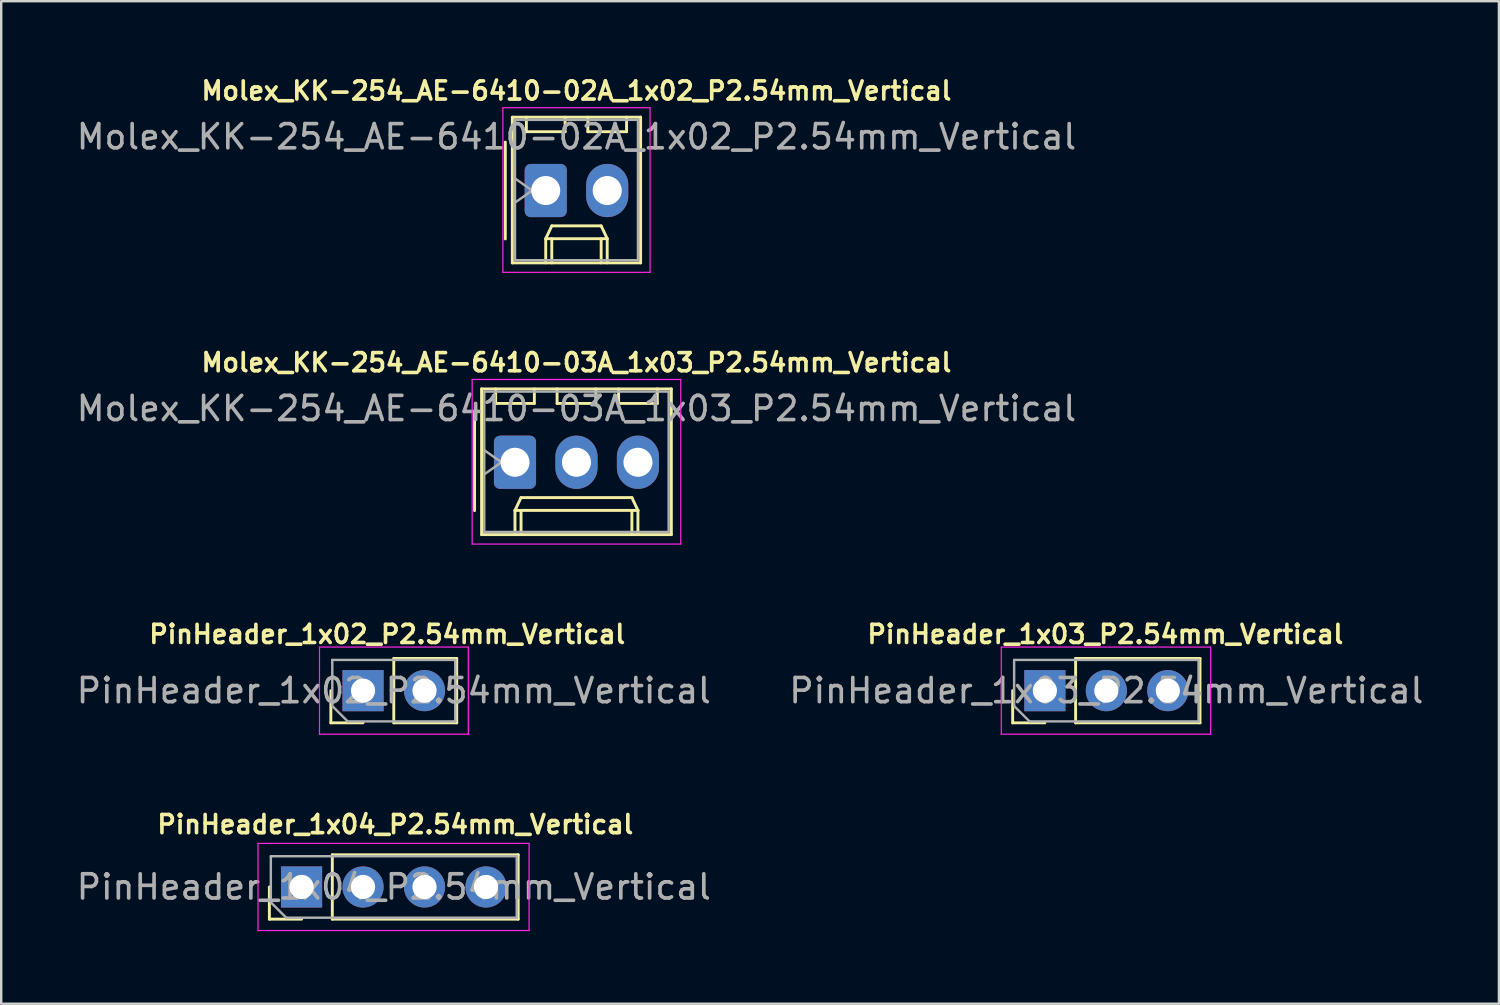
<source format=kicad_pcb>
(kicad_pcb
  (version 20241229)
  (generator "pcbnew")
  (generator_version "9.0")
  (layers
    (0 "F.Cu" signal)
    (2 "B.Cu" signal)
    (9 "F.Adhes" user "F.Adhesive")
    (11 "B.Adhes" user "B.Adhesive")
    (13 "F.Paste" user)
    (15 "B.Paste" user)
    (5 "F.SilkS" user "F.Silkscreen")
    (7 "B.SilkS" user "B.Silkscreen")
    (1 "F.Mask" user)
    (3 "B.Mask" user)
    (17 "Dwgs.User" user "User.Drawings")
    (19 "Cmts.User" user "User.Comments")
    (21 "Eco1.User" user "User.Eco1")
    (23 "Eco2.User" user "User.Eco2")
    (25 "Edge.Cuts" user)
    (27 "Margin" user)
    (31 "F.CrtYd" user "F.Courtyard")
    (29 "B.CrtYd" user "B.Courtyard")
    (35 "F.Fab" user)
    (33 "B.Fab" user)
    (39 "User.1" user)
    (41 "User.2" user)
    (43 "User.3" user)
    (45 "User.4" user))
  (footprint "PinHeader_1x02_P2.54mm_Vertical"
    (layer "F.Cu")
    (at 12.95 25.486)
    (property "Reference" "PinHeader_1x02_P2.54mm_Vertical" (at 0 -2.33 0) (layer "F.SilkS") (effects (font (size 0.75 0.75) (thickness 0.15))))
    (attr through_hole)
    (fp_line (start -2.33 1.33) (end -2.33 0) (stroke (width 0.12) (type solid)) (layer "F.SilkS"))
    (fp_line (start -1 1.33) (end -2.33 1.33) (stroke (width 0.12) (type solid)) (layer "F.SilkS"))
    (fp_line (start 0.27 -1.33) (end 2.87 -1.33) (stroke (width 0.12) (type solid)) (layer "F.SilkS"))
    (fp_line (start 0.27 1.33) (end 0.27 -1.33) (stroke (width 0.12) (type solid)) (layer "F.SilkS"))
    (fp_line (start 0.27 1.33) (end 2.87 1.33) (stroke (width 0.12) (type solid)) (layer "F.SilkS"))
    (fp_line (start 2.87 1.33) (end 2.87 -1.33) (stroke (width 0.12) (type solid)) (layer "F.SilkS"))
    (fp_line (start -2.8 -1.8) (end -2.8 1.8) (stroke (width 0.05) (type solid)) (layer "F.CrtYd"))
    (fp_line (start -2.8 1.8) (end 3.35 1.8) (stroke (width 0.05) (type solid)) (layer "F.CrtYd"))
    (fp_line (start 3.35 -1.8) (end -2.8 -1.8) (stroke (width 0.05) (type solid)) (layer "F.CrtYd"))
    (fp_line (start 3.35 1.8) (end 3.35 -1.8) (stroke (width 0.05) (type solid)) (layer "F.CrtYd"))
    (fp_line (start -2.27 -1.27) (end 2.81 -1.27) (stroke (width 0.1) (type solid)) (layer "F.Fab"))
    (fp_line (start -2.27 0.635) (end -2.27 -1.27) (stroke (width 0.1) (type solid)) (layer "F.Fab"))
    (fp_line (start -1.635 1.27) (end -2.27 0.635) (stroke (width 0.1) (type solid)) (layer "F.Fab"))
    (fp_line (start 2.81 -1.27) (end 2.81 1.27) (stroke (width 0.1) (type solid)) (layer "F.Fab"))
    (fp_line (start 2.81 1.27) (end -1.635 1.27) (stroke (width 0.1) (type solid)) (layer "F.Fab"))
    (fp_text user "${REFERENCE}" (at 0.27 0 180) (layer "F.Fab") (effects (font (size 1 1) (thickness 0.15))))
    (pad "1" thru_hole rect (at -1 0 90) (size 1.7 1.7) (drill 1) (layers "*.Cu" "*.Mask"))
    (pad "2" thru_hole oval (at 1.54 0 90) (size 1.7 1.7) (drill 1) (layers "*.Cu" "*.Mask")))
  (footprint "Molex_KK-254_AE-6410-02A_1x02_P2.54mm_Vertical"
    (layer "F.Cu")
    (at 19.498 4.822)
    (property "Reference" "Molex_KK-254_AE-6410-02A_1x02_P2.54mm_Vertical" (at 1.27 -4.12 0) (layer "F.SilkS") (effects (font (size 0.75 0.75) (thickness 0.15))))
    (attr through_hole)
    (fp_line (start -1.67 -2) (end -1.67 2) (stroke (width 0.12) (type solid)) (layer "F.SilkS"))
    (fp_line (start -1.38 -3.03) (end -1.38 2.99) (stroke (width 0.12) (type solid)) (layer "F.SilkS"))
    (fp_line (start -1.38 2.99) (end 3.92 2.99) (stroke (width 0.12) (type solid)) (layer "F.SilkS"))
    (fp_line (start -0.8 -3.03) (end -0.8 -2.43) (stroke (width 0.12) (type solid)) (layer "F.SilkS"))
    (fp_line (start -0.8 -2.43) (end 0.8 -2.43) (stroke (width 0.12) (type solid)) (layer "F.SilkS"))
    (fp_line (start 0 1.99) (end 0.25 1.46) (stroke (width 0.12) (type solid)) (layer "F.SilkS"))
    (fp_line (start 0 1.99) (end 2.54 1.99) (stroke (width 0.12) (type solid)) (layer "F.SilkS"))
    (fp_line (start 0 2.99) (end 0 1.99) (stroke (width 0.12) (type solid)) (layer "F.SilkS"))
    (fp_line (start 0.25 1.46) (end 2.29 1.46) (stroke (width 0.12) (type solid)) (layer "F.SilkS"))
    (fp_line (start 0.25 2.99) (end 0.25 1.99) (stroke (width 0.12) (type solid)) (layer "F.SilkS"))
    (fp_line (start 0.8 -2.43) (end 0.8 -3.03) (stroke (width 0.12) (type solid)) (layer "F.SilkS"))
    (fp_line (start 1.74 -3.03) (end 1.74 -2.43) (stroke (width 0.12) (type solid)) (layer "F.SilkS"))
    (fp_line (start 1.74 -2.43) (end 3.34 -2.43) (stroke (width 0.12) (type solid)) (layer "F.SilkS"))
    (fp_line (start 2.29 1.46) (end 2.54 1.99) (stroke (width 0.12) (type solid)) (layer "F.SilkS"))
    (fp_line (start 2.29 2.99) (end 2.29 1.99) (stroke (width 0.12) (type solid)) (layer "F.SilkS"))
    (fp_line (start 2.54 1.99) (end 2.54 2.99) (stroke (width 0.12) (type solid)) (layer "F.SilkS"))
    (fp_line (start 3.34 -2.43) (end 3.34 -3.03) (stroke (width 0.12) (type solid)) (layer "F.SilkS"))
    (fp_line (start 3.92 -3.03) (end -1.38 -3.03) (stroke (width 0.12) (type solid)) (layer "F.SilkS"))
    (fp_line (start 3.92 2.99) (end 3.92 -3.03) (stroke (width 0.12) (type solid)) (layer "F.SilkS"))
    (fp_line (start -1.77 -3.42) (end -1.77 3.38) (stroke (width 0.05) (type solid)) (layer "F.CrtYd"))
    (fp_line (start -1.77 3.38) (end 4.31 3.38) (stroke (width 0.05) (type solid)) (layer "F.CrtYd"))
    (fp_line (start 4.31 -3.42) (end -1.77 -3.42) (stroke (width 0.05) (type solid)) (layer "F.CrtYd"))
    (fp_line (start 4.31 3.38) (end 4.31 -3.42) (stroke (width 0.05) (type solid)) (layer "F.CrtYd"))
    (fp_line (start -1.27 -2.92) (end -1.27 2.88) (stroke (width 0.1) (type solid)) (layer "F.Fab"))
    (fp_line (start -1.27 -0.5) (end -0.563 0) (stroke (width 0.1) (type solid)) (layer "F.Fab"))
    (fp_line (start -1.27 2.88) (end 3.81 2.88) (stroke (width 0.1) (type solid)) (layer "F.Fab"))
    (fp_line (start -0.563 0) (end -1.27 0.5) (stroke (width 0.1) (type solid)) (layer "F.Fab"))
    (fp_line (start 3.81 -2.92) (end -1.27 -2.92) (stroke (width 0.1) (type solid)) (layer "F.Fab"))
    (fp_line (start 3.81 2.88) (end 3.81 -2.92) (stroke (width 0.1) (type solid)) (layer "F.Fab"))
    (fp_text user "${REFERENCE}" (at 1.27 -2.22 0) (layer "F.Fab") (effects (font (size 1 1) (thickness 0.15))))
    (pad "1" thru_hole roundrect (at 0 0) (size 1.74 2.2) (drill 1.2) (layers "*.Cu" "*.Mask") (roundrect_rratio 0.144))
    (pad "2" thru_hole oval (at 2.54 0) (size 1.74 2.2) (drill 1.2) (layers "*.Cu" "*.Mask")))
  (footprint "PinHeader_1x03_P2.54mm_Vertical"
    (layer "F.Cu")
    (at 42.621 25.486)
    (property "Reference" "PinHeader_1x03_P2.54mm_Vertical" (at 0 -2.33 0) (layer "F.SilkS") (effects (font (size 0.75 0.75) (thickness 0.15))))
    (attr through_hole)
    (fp_line (start -3.83 1.33) (end -3.83 0) (stroke (width 0.12) (type solid)) (layer "F.SilkS"))
    (fp_line (start -2.5 1.33) (end -3.83 1.33) (stroke (width 0.12) (type solid)) (layer "F.SilkS"))
    (fp_line (start -1.23 -1.33) (end 3.91 -1.33) (stroke (width 0.12) (type solid)) (layer "F.SilkS"))
    (fp_line (start -1.23 1.33) (end -1.23 -1.33) (stroke (width 0.12) (type solid)) (layer "F.SilkS"))
    (fp_line (start -1.23 1.33) (end 3.91 1.33) (stroke (width 0.12) (type solid)) (layer "F.SilkS"))
    (fp_line (start 3.91 1.33) (end 3.91 -1.33) (stroke (width 0.12) (type solid)) (layer "F.SilkS"))
    (fp_line (start -4.3 -1.8) (end -4.3 1.8) (stroke (width 0.05) (type solid)) (layer "F.CrtYd"))
    (fp_line (start -4.3 1.8) (end 4.35 1.8) (stroke (width 0.05) (type solid)) (layer "F.CrtYd"))
    (fp_line (start 4.35 -1.8) (end -4.3 -1.8) (stroke (width 0.05) (type solid)) (layer "F.CrtYd"))
    (fp_line (start 4.35 1.8) (end 4.35 -1.8) (stroke (width 0.05) (type solid)) (layer "F.CrtYd"))
    (fp_line (start -3.77 -1.27) (end 3.85 -1.27) (stroke (width 0.1) (type solid)) (layer "F.Fab"))
    (fp_line (start -3.77 0.635) (end -3.77 -1.27) (stroke (width 0.1) (type solid)) (layer "F.Fab"))
    (fp_line (start -3.135 1.27) (end -3.77 0.635) (stroke (width 0.1) (type solid)) (layer "F.Fab"))
    (fp_line (start 3.85 -1.27) (end 3.85 1.27) (stroke (width 0.1) (type solid)) (layer "F.Fab"))
    (fp_line (start 3.85 1.27) (end -3.135 1.27) (stroke (width 0.1) (type solid)) (layer "F.Fab"))
    (fp_text user "${REFERENCE}" (at 0.04 0 180) (layer "F.Fab") (effects (font (size 1 1) (thickness 0.15))))
    (pad "1" thru_hole rect (at -2.5 0 90) (size 1.7 1.7) (drill 1) (layers "*.Cu" "*.Mask"))
    (pad "2" thru_hole oval (at 0.04 0 90) (size 1.7 1.7) (drill 1) (layers "*.Cu" "*.Mask"))
    (pad "3" thru_hole oval (at 2.58 0 90) (size 1.7 1.7) (drill 1) (layers "*.Cu" "*.Mask")))
  (footprint "Molex_KK-254_AE-6410-03A_1x03_P2.54mm_Vertical"
    (layer "F.Cu")
    (at 18.228 16.049)
    (property "Reference" "Molex_KK-254_AE-6410-03A_1x03_P2.54mm_Vertical" (at 2.54 -4.12 0) (layer "F.SilkS") (effects (font (size 0.75 0.75) (thickness 0.15))))
    (attr through_hole)
    (fp_line (start -1.67 -2) (end -1.67 2) (stroke (width 0.12) (type solid)) (layer "F.SilkS"))
    (fp_line (start -1.38 -3.03) (end -1.38 2.99) (stroke (width 0.12) (type solid)) (layer "F.SilkS"))
    (fp_line (start -1.38 2.99) (end 6.46 2.99) (stroke (width 0.12) (type solid)) (layer "F.SilkS"))
    (fp_line (start -0.8 -3.03) (end -0.8 -2.43) (stroke (width 0.12) (type solid)) (layer "F.SilkS"))
    (fp_line (start -0.8 -2.43) (end 0.8 -2.43) (stroke (width 0.12) (type solid)) (layer "F.SilkS"))
    (fp_line (start 0 1.99) (end 0.25 1.46) (stroke (width 0.12) (type solid)) (layer "F.SilkS"))
    (fp_line (start 0 1.99) (end 5.08 1.99) (stroke (width 0.12) (type solid)) (layer "F.SilkS"))
    (fp_line (start 0 2.99) (end 0 1.99) (stroke (width 0.12) (type solid)) (layer "F.SilkS"))
    (fp_line (start 0.25 1.46) (end 4.83 1.46) (stroke (width 0.12) (type solid)) (layer "F.SilkS"))
    (fp_line (start 0.25 2.99) (end 0.25 1.99) (stroke (width 0.12) (type solid)) (layer "F.SilkS"))
    (fp_line (start 0.8 -2.43) (end 0.8 -3.03) (stroke (width 0.12) (type solid)) (layer "F.SilkS"))
    (fp_line (start 1.74 -3.03) (end 1.74 -2.43) (stroke (width 0.12) (type solid)) (layer "F.SilkS"))
    (fp_line (start 1.74 -2.43) (end 3.34 -2.43) (stroke (width 0.12) (type solid)) (layer "F.SilkS"))
    (fp_line (start 3.34 -2.43) (end 3.34 -3.03) (stroke (width 0.12) (type solid)) (layer "F.SilkS"))
    (fp_line (start 4.28 -3.03) (end 4.28 -2.43) (stroke (width 0.12) (type solid)) (layer "F.SilkS"))
    (fp_line (start 4.28 -2.43) (end 5.88 -2.43) (stroke (width 0.12) (type solid)) (layer "F.SilkS"))
    (fp_line (start 4.83 1.46) (end 5.08 1.99) (stroke (width 0.12) (type solid)) (layer "F.SilkS"))
    (fp_line (start 4.83 2.99) (end 4.83 1.99) (stroke (width 0.12) (type solid)) (layer "F.SilkS"))
    (fp_line (start 5.08 1.99) (end 5.08 2.99) (stroke (width 0.12) (type solid)) (layer "F.SilkS"))
    (fp_line (start 5.88 -2.43) (end 5.88 -3.03) (stroke (width 0.12) (type solid)) (layer "F.SilkS"))
    (fp_line (start 6.46 -3.03) (end -1.38 -3.03) (stroke (width 0.12) (type solid)) (layer "F.SilkS"))
    (fp_line (start 6.46 2.99) (end 6.46 -3.03) (stroke (width 0.12) (type solid)) (layer "F.SilkS"))
    (fp_line (start -1.77 -3.42) (end -1.77 3.38) (stroke (width 0.05) (type solid)) (layer "F.CrtYd"))
    (fp_line (start -1.77 3.38) (end 6.85 3.38) (stroke (width 0.05) (type solid)) (layer "F.CrtYd"))
    (fp_line (start 6.85 -3.42) (end -1.77 -3.42) (stroke (width 0.05) (type solid)) (layer "F.CrtYd"))
    (fp_line (start 6.85 3.38) (end 6.85 -3.42) (stroke (width 0.05) (type solid)) (layer "F.CrtYd"))
    (fp_line (start -1.27 -2.92) (end -1.27 2.88) (stroke (width 0.1) (type solid)) (layer "F.Fab"))
    (fp_line (start -1.27 -0.5) (end -0.563 0) (stroke (width 0.1) (type solid)) (layer "F.Fab"))
    (fp_line (start -1.27 2.88) (end 6.35 2.88) (stroke (width 0.1) (type solid)) (layer "F.Fab"))
    (fp_line (start -0.563 0) (end -1.27 0.5) (stroke (width 0.1) (type solid)) (layer "F.Fab"))
    (fp_line (start 6.35 -2.92) (end -1.27 -2.92) (stroke (width 0.1) (type solid)) (layer "F.Fab"))
    (fp_line (start 6.35 2.88) (end 6.35 -2.92) (stroke (width 0.1) (type solid)) (layer "F.Fab"))
    (fp_text user "${REFERENCE}" (at 2.54 -2.22 0) (layer "F.Fab") (effects (font (size 1 1) (thickness 0.15))))
    (pad "1" thru_hole roundrect (at 0 0) (size 1.74 2.2) (drill 1.2) (layers "*.Cu" "*.Mask") (roundrect_rratio 0.144))
    (pad "2" thru_hole oval (at 2.54 0) (size 1.74 2.2) (drill 1.2) (layers "*.Cu" "*.Mask"))
    (pad "3" thru_hole oval (at 5.08 0) (size 1.74 2.2) (drill 1.2) (layers "*.Cu" "*.Mask")))
  (footprint "PinHeader_1x04_P2.54mm_Vertical"
    (layer "F.Cu")
    (at 13.283 33.343)
    (property "Reference" "PinHeader_1x04_P2.54mm_Vertical" (at 0 -2.33 0) (layer "F.SilkS") (effects (font (size 0.75 0.75) (thickness 0.15))))
    (attr through_hole)
    (fp_line (start -5.203 1.584) (end -5.203 0.254) (stroke (width 0.12) (type solid)) (layer "F.SilkS"))
    (fp_line (start -3.873 1.584) (end -5.203 1.584) (stroke (width 0.12) (type solid)) (layer "F.SilkS"))
    (fp_line (start -2.603 -1.076) (end 5.077 -1.076) (stroke (width 0.12) (type solid)) (layer "F.SilkS"))
    (fp_line (start -2.603 1.584) (end -2.603 -1.076) (stroke (width 0.12) (type solid)) (layer "F.SilkS"))
    (fp_line (start -2.603 1.584) (end 5.077 1.584) (stroke (width 0.12) (type solid)) (layer "F.SilkS"))
    (fp_line (start 5.077 1.584) (end 5.077 -1.076) (stroke (width 0.12) (type solid)) (layer "F.SilkS"))
    (fp_line (start -5.673 -1.546) (end -5.673 2.054) (stroke (width 0.05) (type solid)) (layer "F.CrtYd"))
    (fp_line (start -5.673 2.054) (end 5.527 2.054) (stroke (width 0.05) (type solid)) (layer "F.CrtYd"))
    (fp_line (start 5.527 -1.546) (end -5.673 -1.546) (stroke (width 0.05) (type solid)) (layer "F.CrtYd"))
    (fp_line (start 5.527 2.054) (end 5.527 -1.546) (stroke (width 0.05) (type solid)) (layer "F.CrtYd"))
    (fp_line (start -5.143 -1.016) (end 5.017 -1.016) (stroke (width 0.1) (type solid)) (layer "F.Fab"))
    (fp_line (start -5.143 0.889) (end -5.143 -1.016) (stroke (width 0.1) (type solid)) (layer "F.Fab"))
    (fp_line (start -4.508 1.524) (end -5.143 0.889) (stroke (width 0.1) (type solid)) (layer "F.Fab"))
    (fp_line (start 5.017 -1.016) (end 5.017 1.524) (stroke (width 0.1) (type solid)) (layer "F.Fab"))
    (fp_line (start 5.017 1.524) (end -4.508 1.524) (stroke (width 0.1) (type solid)) (layer "F.Fab"))
    (fp_text user "${REFERENCE}" (at -0.063 0.254 180) (layer "F.Fab") (effects (font (size 1 1) (thickness 0.15))))
    (pad "1" thru_hole rect (at -3.873 0.254 90) (size 1.7 1.7) (drill 1) (layers "*.Cu" "*.Mask"))
    (pad "2" thru_hole oval (at -1.333 0.254 90) (size 1.7 1.7) (drill 1) (layers "*.Cu" "*.Mask"))
    (pad "3" thru_hole oval (at 1.207 0.254 90) (size 1.7 1.7) (drill 1) (layers "*.Cu" "*.Mask"))
    (pad "4" thru_hole oval (at 3.747 0.254 90) (size 1.7 1.7) (drill 1) (layers "*.Cu" "*.Mask")))
  (gr_rect
    (start -3 -3)
    (end 58.881 38.422)
    (stroke (width 0.1) (type default))
    (fill no)
    (layer "Edge.Cuts")))
</source>
